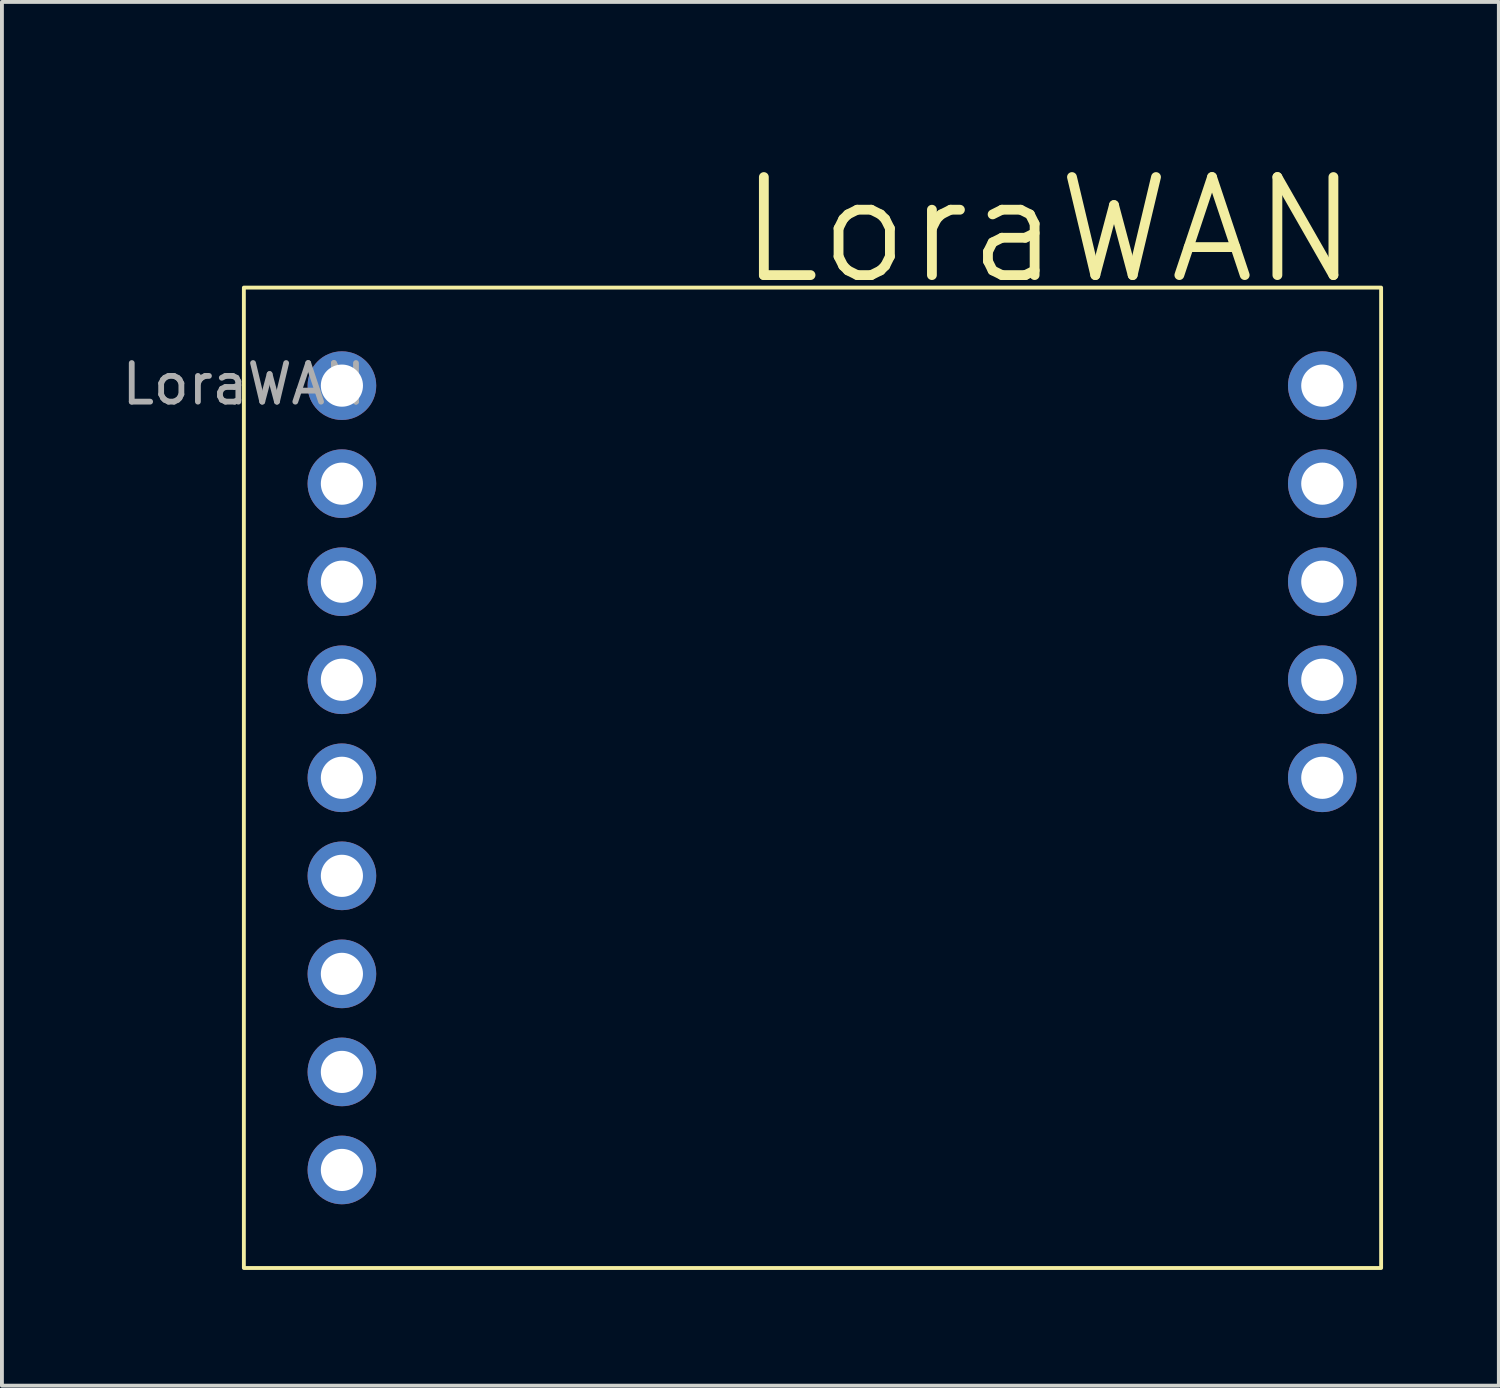
<source format=kicad_pcb>
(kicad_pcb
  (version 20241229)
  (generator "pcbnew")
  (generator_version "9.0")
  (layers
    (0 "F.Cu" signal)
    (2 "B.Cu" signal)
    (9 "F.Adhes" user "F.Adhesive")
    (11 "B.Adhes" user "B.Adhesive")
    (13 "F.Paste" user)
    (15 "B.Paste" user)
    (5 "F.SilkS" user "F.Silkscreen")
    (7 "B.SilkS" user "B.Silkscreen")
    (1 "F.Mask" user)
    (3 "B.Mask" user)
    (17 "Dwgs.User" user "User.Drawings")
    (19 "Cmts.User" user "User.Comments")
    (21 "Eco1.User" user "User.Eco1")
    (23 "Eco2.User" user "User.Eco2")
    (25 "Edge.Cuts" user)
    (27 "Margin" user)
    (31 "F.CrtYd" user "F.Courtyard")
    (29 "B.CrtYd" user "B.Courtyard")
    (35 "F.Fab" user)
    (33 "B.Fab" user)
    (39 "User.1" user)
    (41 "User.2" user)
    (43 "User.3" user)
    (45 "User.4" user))
  (footprint "LoraWAN"
    (layer "F.Cu")
    (at 3.268 4.401)
    (property "Reference" "LoraWAN" (at 0 -0.5 0) (unlocked yes) (layer "User.1") (effects (font (size 1 1) (thickness 0.1))))
    (attr through_hole)
    (fp_rect (start 0 0) (end 29.464 25.4) (stroke (width 0.1) (type default)) (fill no) (layer "F.SilkS"))
    (fp_text user "LoraWAN" (at 12.7 0 0) (unlocked yes) (layer "F.SilkS") (effects (font (size 2.54 2.54) (thickness 0.254)) (justify left bottom)))
    (fp_text user "${REFERENCE}" (at 0 2.5 0) (unlocked yes) (layer "F.Fab") (effects (font (size 1 1) (thickness 0.15))))
    (dimension (type aligned) (layer "User.1") (pts (xy 3.268 4.401) (xy 32.732 4.401)) (height -2.54) (format (prefix "") (suffix "") (units 3) (units_format 1) (precision 4)) (style (thickness 0.1) (arrow_length 1.27) (text_position_mode 0) (arrow_direction outward) (extension_height 0.586) (extension_offset 0.5) (keep_text_aligned yes)) (gr_text "29.4640 mm" (at 18 0.76 0) (layer "User.1") (effects (font (size 1 1) (thickness 0.1)))))
    (dimension (type aligned) (layer "User.1") (pts (xy 31.335 27.261) (xy 5.808 27.261)) (height -0.254) (format (prefix "") (suffix "") (units 3) (units_format 1) (precision 4)) (style (thickness 0.1) (arrow_length 1.27) (text_position_mode 0) (arrow_direction outward) (extension_height 0.586) (extension_offset 0.5) (keep_text_aligned yes)) (gr_text "25.5270 mm" (at 18.571 26.415 0) (layer "User.1") (effects (font (size 1 1) (thickness 0.1)))))
    (pad "1" thru_hole circle (at 2.54 2.54 270) (size 1.778 1.778) (drill 1.092) (layers "*.Cu" "*.Mask"))
    (pad "2" thru_hole circle (at 2.54 5.08 270) (size 1.778 1.778) (drill 1.092) (layers "*.Cu" "*.Mask"))
    (pad "3" thru_hole circle (at 2.54 7.62 270) (size 1.778 1.778) (drill 1.092) (layers "*.Cu" "*.Mask"))
    (pad "4" thru_hole circle (at 2.54 10.16 270) (size 1.778 1.778) (drill 1.092) (layers "*.Cu" "*.Mask"))
    (pad "5" thru_hole circle (at 2.54 12.7 270) (size 1.778 1.778) (drill 1.092) (layers "*.Cu" "*.Mask"))
    (pad "6" thru_hole circle (at 2.54 15.24 270) (size 1.778 1.778) (drill 1.092) (layers "*.Cu" "*.Mask"))
    (pad "7" thru_hole circle (at 2.54 17.78 270) (size 1.778 1.778) (drill 1.092) (layers "*.Cu" "*.Mask"))
    (pad "8" thru_hole circle (at 2.54 20.32 270) (size 1.778 1.778) (drill 1.092) (layers "*.Cu" "*.Mask"))
    (pad "9" thru_hole circle (at 2.54 22.86 270) (size 1.778 1.778) (drill 1.092) (layers "*.Cu" "*.Mask"))
    (pad "10" thru_hole circle (at 27.94 12.7 270) (size 1.778 1.778) (drill 1.092) (layers "*.Cu" "*.Mask"))
    (pad "11" thru_hole circle (at 27.94 10.16 270) (size 1.778 1.778) (drill 1.092) (layers "*.Cu" "*.Mask"))
    (pad "12" thru_hole circle (at 27.94 7.62 270) (size 1.778 1.778) (drill 1.092) (layers "*.Cu" "*.Mask"))
    (pad "13" thru_hole circle (at 27.94 5.08 270) (size 1.778 1.778) (drill 1.092) (layers "*.Cu" "*.Mask"))
    (pad "14" thru_hole circle (at 27.94 2.54 270) (size 1.778 1.778) (drill 1.092) (layers "*.Cu" "*.Mask")))
  (gr_rect
    (start -3 -3)
    (end 35.782 32.85)
    (stroke (width 0.1) (type default))
    (fill no)
    (layer "Edge.Cuts")))
</source>
